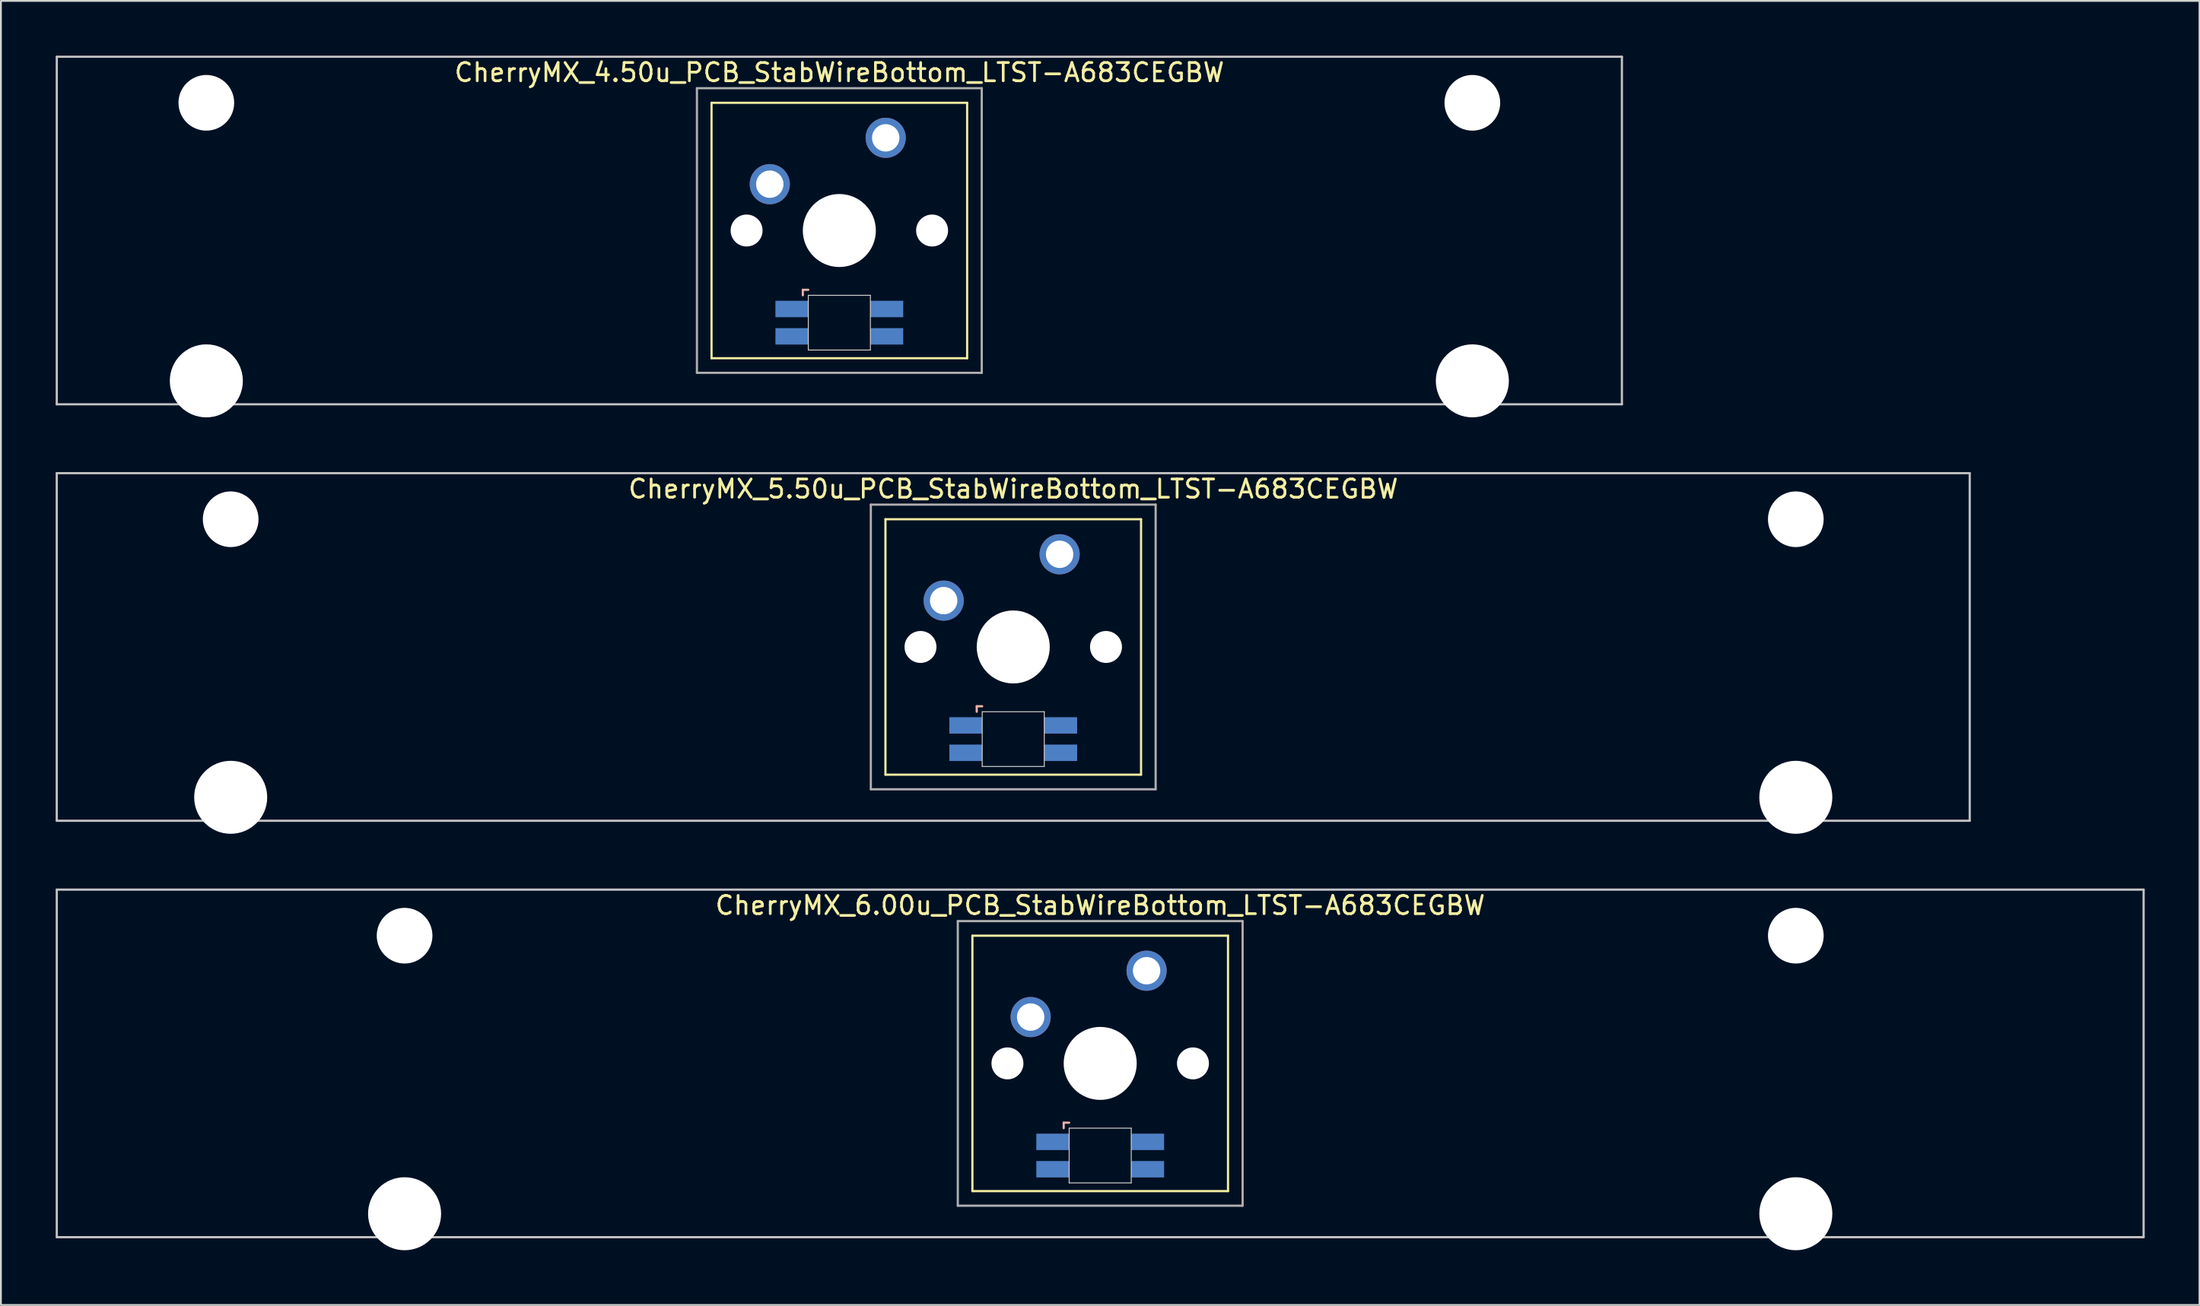
<source format=kicad_pcb>
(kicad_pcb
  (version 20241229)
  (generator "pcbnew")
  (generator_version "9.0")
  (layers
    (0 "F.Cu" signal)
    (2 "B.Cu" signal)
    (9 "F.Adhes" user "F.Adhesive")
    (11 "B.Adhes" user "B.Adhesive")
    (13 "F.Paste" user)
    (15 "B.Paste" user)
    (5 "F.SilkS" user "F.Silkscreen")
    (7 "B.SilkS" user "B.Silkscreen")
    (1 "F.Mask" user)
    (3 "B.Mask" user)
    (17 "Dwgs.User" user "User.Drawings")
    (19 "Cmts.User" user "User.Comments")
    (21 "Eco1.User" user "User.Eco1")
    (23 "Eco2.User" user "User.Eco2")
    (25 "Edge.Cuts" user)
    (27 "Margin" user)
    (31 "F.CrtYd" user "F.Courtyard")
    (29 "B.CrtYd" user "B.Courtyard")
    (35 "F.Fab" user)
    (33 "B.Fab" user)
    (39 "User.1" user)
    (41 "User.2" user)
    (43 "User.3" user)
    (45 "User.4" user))
  (footprint "CherryMX_6.00u_PCB_StabWireBottom_LTST-A683CEGBW"
    (layer "F.Cu")
    (at 57.21 55.235)
    (property "Reference" "CherryMX_6.00u_PCB_StabWireBottom_LTST-A683CEGBW" (at 0 -8.662 0) (layer "F.SilkS") (effects (font (size 1 1) (thickness 0.15))))
    (attr through_hole)
    (fp_line (start -7 -7) (end -7 7) (stroke (width 0.12) (type solid)) (layer "F.SilkS"))
    (fp_line (start -7 -7) (end 7 -7) (stroke (width 0.12) (type solid)) (layer "F.SilkS"))
    (fp_line (start 7 -7) (end 7 7) (stroke (width 0.12) (type solid)) (layer "F.SilkS"))
    (fp_line (start 7 7) (end -7 7) (stroke (width 0.12) (type solid)) (layer "F.SilkS"))
    (fp_line (start -2 3.25) (end -2 3.55) (stroke (width 0.12) (type solid)) (layer "B.SilkS"))
    (fp_line (start -1.7 3.25) (end -2 3.25) (stroke (width 0.12) (type solid)) (layer "B.SilkS"))
    (fp_line (start -57.15 -9.525) (end 57.15 -9.525) (stroke (width 0.12) (type solid)) (layer "Dwgs.User"))
    (fp_line (start -57.15 9.525) (end -57.15 -9.525) (stroke (width 0.12) (type solid)) (layer "Dwgs.User"))
    (fp_line (start 57.15 -9.525) (end 57.15 9.525) (stroke (width 0.12) (type solid)) (layer "Dwgs.User"))
    (fp_line (start 57.15 9.525) (end -57.15 9.525) (stroke (width 0.12) (type solid)) (layer "Dwgs.User"))
    (fp_line (start -1.7 3.55) (end 1.7 3.55) (stroke (width 0.05) (type solid)) (layer "Edge.Cuts"))
    (fp_line (start -1.7 6.55) (end -1.7 3.55) (stroke (width 0.05) (type solid)) (layer "Edge.Cuts"))
    (fp_line (start 1.7 3.55) (end 1.7 6.55) (stroke (width 0.05) (type solid)) (layer "Edge.Cuts"))
    (fp_line (start 1.7 6.55) (end -1.7 6.55) (stroke (width 0.05) (type solid)) (layer "Edge.Cuts"))
    (fp_line (start -7.8 -7.8) (end -7.8 7.8) (stroke (width 0.12) (type solid)) (layer "F.Fab"))
    (fp_line (start -7.8 -7.8) (end 7.8 -7.8) (stroke (width 0.12) (type solid)) (layer "F.Fab"))
    (fp_line (start -7.8 7.8) (end 7.8 7.8) (stroke (width 0.12) (type solid)) (layer "F.Fab"))
    (fp_line (start 7.8 -7.8) (end 7.8 7.8) (stroke (width 0.12) (type solid)) (layer "F.Fab"))
    (pad "" np_thru_hole circle (at -38.1 -7) (size 3.05 3.05) (drill 3.05) (layers "*.Cu" "*.Mask"))
    (pad "" np_thru_hole circle (at -38.1 8.24) (size 4 4) (drill 4) (layers "*.Cu" "*.Mask"))
    (pad "" np_thru_hole circle (at -5.08 0) (size 1.75 1.75) (drill 1.75) (layers "*.Cu" "*.Mask"))
    (pad "" np_thru_hole circle (at 0 0) (size 4 4) (drill 4) (layers "*.Cu" "*.Mask"))
    (pad "" np_thru_hole circle (at 5.08 0) (size 1.75 1.75) (drill 1.75) (layers "*.Cu" "*.Mask"))
    (pad "" np_thru_hole circle (at 38.1 -7) (size 3.05 3.05) (drill 3.05) (layers "*.Cu" "*.Mask"))
    (pad "" np_thru_hole circle (at 38.1 8.24) (size 4 4) (drill 4) (layers "*.Cu" "*.Mask"))
    (pad "1" thru_hole circle (at -3.81 -2.54) (size 2.2 2.2) (drill 1.5) (layers "*.Cu" "*.Mask"))
    (pad "2" thru_hole circle (at 2.54 -5.08) (size 2.2 2.2) (drill 1.5) (layers "*.Cu" "*.Mask"))
    (pad "3" smd rect (at -2.6 4.3) (size 1.8 0.9) (layers "B.Cu" "B.Mask" "B.Paste"))
    (pad "4" smd rect (at -2.6 5.8) (size 1.8 0.9) (layers "B.Cu" "B.Mask" "B.Paste"))
    (pad "5" smd rect (at 2.6 4.3) (size 1.8 0.9) (layers "B.Cu" "B.Mask" "B.Paste"))
    (pad "6" smd rect (at 2.6 5.8) (size 1.8 0.9) (layers "B.Cu" "B.Mask" "B.Paste")))
  (footprint "CherryMX_4.50u_PCB_StabWireBottom_LTST-A683CEGBW"
    (layer "F.Cu")
    (at 42.922 9.585)
    (property "Reference" "CherryMX_4.50u_PCB_StabWireBottom_LTST-A683CEGBW" (at 0 -8.662 0) (layer "F.SilkS") (effects (font (size 1 1) (thickness 0.15))))
    (attr through_hole)
    (fp_line (start -7 -7) (end -7 7) (stroke (width 0.12) (type solid)) (layer "F.SilkS"))
    (fp_line (start -7 -7) (end 7 -7) (stroke (width 0.12) (type solid)) (layer "F.SilkS"))
    (fp_line (start 7 -7) (end 7 7) (stroke (width 0.12) (type solid)) (layer "F.SilkS"))
    (fp_line (start 7 7) (end -7 7) (stroke (width 0.12) (type solid)) (layer "F.SilkS"))
    (fp_line (start -2 3.25) (end -2 3.55) (stroke (width 0.12) (type solid)) (layer "B.SilkS"))
    (fp_line (start -1.7 3.25) (end -2 3.25) (stroke (width 0.12) (type solid)) (layer "B.SilkS"))
    (fp_line (start -42.862 -9.525) (end 42.862 -9.525) (stroke (width 0.12) (type solid)) (layer "Dwgs.User"))
    (fp_line (start -42.862 9.525) (end -42.862 -9.525) (stroke (width 0.12) (type solid)) (layer "Dwgs.User"))
    (fp_line (start 42.862 -9.525) (end 42.862 9.525) (stroke (width 0.12) (type solid)) (layer "Dwgs.User"))
    (fp_line (start 42.862 9.525) (end -42.862 9.525) (stroke (width 0.12) (type solid)) (layer "Dwgs.User"))
    (fp_line (start -1.7 3.55) (end 1.7 3.55) (stroke (width 0.05) (type solid)) (layer "Edge.Cuts"))
    (fp_line (start -1.7 6.55) (end -1.7 3.55) (stroke (width 0.05) (type solid)) (layer "Edge.Cuts"))
    (fp_line (start 1.7 3.55) (end 1.7 6.55) (stroke (width 0.05) (type solid)) (layer "Edge.Cuts"))
    (fp_line (start 1.7 6.55) (end -1.7 6.55) (stroke (width 0.05) (type solid)) (layer "Edge.Cuts"))
    (fp_line (start -7.8 -7.8) (end -7.8 7.8) (stroke (width 0.12) (type solid)) (layer "F.Fab"))
    (fp_line (start -7.8 -7.8) (end 7.8 -7.8) (stroke (width 0.12) (type solid)) (layer "F.Fab"))
    (fp_line (start -7.8 7.8) (end 7.8 7.8) (stroke (width 0.12) (type solid)) (layer "F.Fab"))
    (fp_line (start 7.8 -7.8) (end 7.8 7.8) (stroke (width 0.12) (type solid)) (layer "F.Fab"))
    (pad "" np_thru_hole circle (at -34.671 -7) (size 3.05 3.05) (drill 3.05) (layers "*.Cu" "*.Mask"))
    (pad "" np_thru_hole circle (at -34.671 8.24) (size 4 4) (drill 4) (layers "*.Cu" "*.Mask"))
    (pad "" np_thru_hole circle (at -5.08 0) (size 1.75 1.75) (drill 1.75) (layers "*.Cu" "*.Mask"))
    (pad "" np_thru_hole circle (at 0 0) (size 4 4) (drill 4) (layers "*.Cu" "*.Mask"))
    (pad "" np_thru_hole circle (at 5.08 0) (size 1.75 1.75) (drill 1.75) (layers "*.Cu" "*.Mask"))
    (pad "" np_thru_hole circle (at 34.671 -7) (size 3.05 3.05) (drill 3.05) (layers "*.Cu" "*.Mask"))
    (pad "" np_thru_hole circle (at 34.671 8.24) (size 4 4) (drill 4) (layers "*.Cu" "*.Mask"))
    (pad "1" thru_hole circle (at -3.81 -2.54) (size 2.2 2.2) (drill 1.5) (layers "*.Cu" "*.Mask"))
    (pad "2" thru_hole circle (at 2.54 -5.08) (size 2.2 2.2) (drill 1.5) (layers "*.Cu" "*.Mask"))
    (pad "3" smd rect (at -2.6 4.3) (size 1.8 0.9) (layers "B.Cu" "B.Mask" "B.Paste"))
    (pad "4" smd rect (at -2.6 5.8) (size 1.8 0.9) (layers "B.Cu" "B.Mask" "B.Paste"))
    (pad "5" smd rect (at 2.6 4.3) (size 1.8 0.9) (layers "B.Cu" "B.Mask" "B.Paste"))
    (pad "6" smd rect (at 2.6 5.8) (size 1.8 0.9) (layers "B.Cu" "B.Mask" "B.Paste")))
  (footprint "CherryMX_5.50u_PCB_StabWireBottom_LTST-A683CEGBW"
    (layer "F.Cu")
    (at 52.447 32.41)
    (property "Reference" "CherryMX_5.50u_PCB_StabWireBottom_LTST-A683CEGBW" (at 0 -8.662 0) (layer "F.SilkS") (effects (font (size 1 1) (thickness 0.15))))
    (attr through_hole)
    (fp_line (start -7 -7) (end -7 7) (stroke (width 0.12) (type solid)) (layer "F.SilkS"))
    (fp_line (start -7 -7) (end 7 -7) (stroke (width 0.12) (type solid)) (layer "F.SilkS"))
    (fp_line (start 7 -7) (end 7 7) (stroke (width 0.12) (type solid)) (layer "F.SilkS"))
    (fp_line (start 7 7) (end -7 7) (stroke (width 0.12) (type solid)) (layer "F.SilkS"))
    (fp_line (start -2 3.25) (end -2 3.55) (stroke (width 0.12) (type solid)) (layer "B.SilkS"))
    (fp_line (start -1.7 3.25) (end -2 3.25) (stroke (width 0.12) (type solid)) (layer "B.SilkS"))
    (fp_line (start -52.388 -9.525) (end 52.388 -9.525) (stroke (width 0.12) (type solid)) (layer "Dwgs.User"))
    (fp_line (start -52.388 9.525) (end -52.388 -9.525) (stroke (width 0.12) (type solid)) (layer "Dwgs.User"))
    (fp_line (start 52.388 -9.525) (end 52.388 9.525) (stroke (width 0.12) (type solid)) (layer "Dwgs.User"))
    (fp_line (start 52.388 9.525) (end -52.388 9.525) (stroke (width 0.12) (type solid)) (layer "Dwgs.User"))
    (fp_line (start -1.7 3.55) (end 1.7 3.55) (stroke (width 0.05) (type solid)) (layer "Edge.Cuts"))
    (fp_line (start -1.7 6.55) (end -1.7 3.55) (stroke (width 0.05) (type solid)) (layer "Edge.Cuts"))
    (fp_line (start 1.7 3.55) (end 1.7 6.55) (stroke (width 0.05) (type solid)) (layer "Edge.Cuts"))
    (fp_line (start 1.7 6.55) (end -1.7 6.55) (stroke (width 0.05) (type solid)) (layer "Edge.Cuts"))
    (fp_line (start -7.8 -7.8) (end -7.8 7.8) (stroke (width 0.12) (type solid)) (layer "F.Fab"))
    (fp_line (start -7.8 -7.8) (end 7.8 -7.8) (stroke (width 0.12) (type solid)) (layer "F.Fab"))
    (fp_line (start -7.8 7.8) (end 7.8 7.8) (stroke (width 0.12) (type solid)) (layer "F.Fab"))
    (fp_line (start 7.8 -7.8) (end 7.8 7.8) (stroke (width 0.12) (type solid)) (layer "F.Fab"))
    (pad "" np_thru_hole circle (at -42.862 -7) (size 3.05 3.05) (drill 3.05) (layers "*.Cu" "*.Mask"))
    (pad "" np_thru_hole circle (at -42.862 8.24) (size 4 4) (drill 4) (layers "*.Cu" "*.Mask"))
    (pad "" np_thru_hole circle (at -5.08 0) (size 1.75 1.75) (drill 1.75) (layers "*.Cu" "*.Mask"))
    (pad "" np_thru_hole circle (at 0 0) (size 4 4) (drill 4) (layers "*.Cu" "*.Mask"))
    (pad "" np_thru_hole circle (at 5.08 0) (size 1.75 1.75) (drill 1.75) (layers "*.Cu" "*.Mask"))
    (pad "" np_thru_hole circle (at 42.862 -7) (size 3.05 3.05) (drill 3.05) (layers "*.Cu" "*.Mask"))
    (pad "" np_thru_hole circle (at 42.862 8.24) (size 4 4) (drill 4) (layers "*.Cu" "*.Mask"))
    (pad "1" thru_hole circle (at -3.81 -2.54) (size 2.2 2.2) (drill 1.5) (layers "*.Cu" "*.Mask"))
    (pad "2" thru_hole circle (at 2.54 -5.08) (size 2.2 2.2) (drill 1.5) (layers "*.Cu" "*.Mask"))
    (pad "3" smd rect (at -2.6 4.3) (size 1.8 0.9) (layers "B.Cu" "B.Mask" "B.Paste"))
    (pad "4" smd rect (at -2.6 5.8) (size 1.8 0.9) (layers "B.Cu" "B.Mask" "B.Paste"))
    (pad "5" smd rect (at 2.6 4.3) (size 1.8 0.9) (layers "B.Cu" "B.Mask" "B.Paste"))
    (pad "6" smd rect (at 2.6 5.8) (size 1.8 0.9) (layers "B.Cu" "B.Mask" "B.Paste")))
  (gr_rect
    (start -3 -3)
    (end 117.42 68.475)
    (stroke (width 0.1) (type default))
    (fill no)
    (layer "Edge.Cuts")))
</source>
